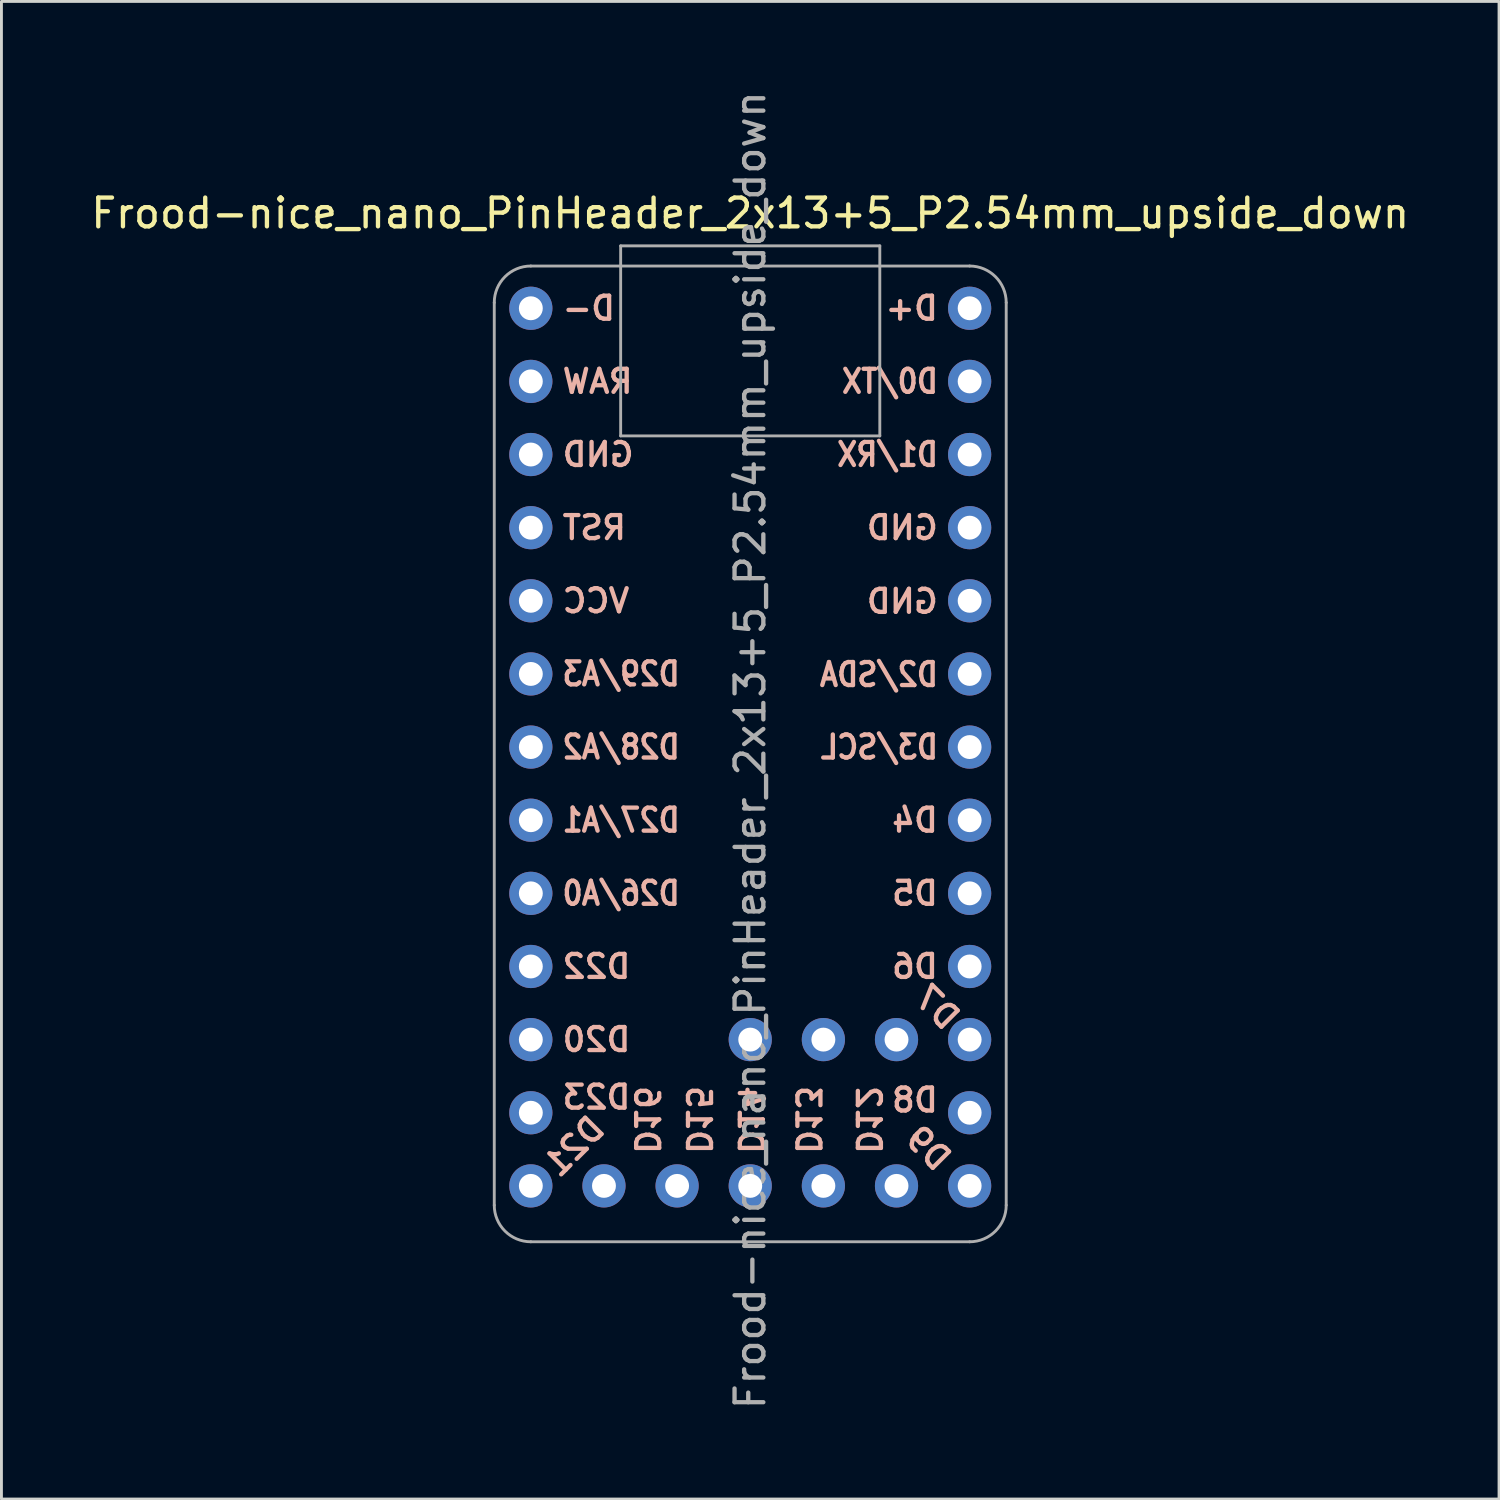
<source format=kicad_pcb>
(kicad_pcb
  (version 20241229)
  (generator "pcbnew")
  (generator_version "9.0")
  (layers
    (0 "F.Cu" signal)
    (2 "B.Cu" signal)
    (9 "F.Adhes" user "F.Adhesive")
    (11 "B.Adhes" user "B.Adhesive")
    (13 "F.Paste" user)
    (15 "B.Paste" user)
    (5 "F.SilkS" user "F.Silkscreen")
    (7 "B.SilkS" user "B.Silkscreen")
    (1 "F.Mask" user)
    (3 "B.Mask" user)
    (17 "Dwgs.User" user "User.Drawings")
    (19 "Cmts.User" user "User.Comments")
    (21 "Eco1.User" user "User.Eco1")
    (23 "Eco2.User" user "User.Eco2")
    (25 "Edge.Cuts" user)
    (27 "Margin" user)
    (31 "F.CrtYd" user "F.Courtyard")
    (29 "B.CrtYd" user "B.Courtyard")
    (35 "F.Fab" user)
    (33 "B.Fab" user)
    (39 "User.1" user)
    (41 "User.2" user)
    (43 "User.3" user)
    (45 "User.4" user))
  (footprint "Frood-nice_nano_PinHeader_2x13+5_P2.54mm_upside_down"
    (layer "F.Cu")
    (at 23.006 7.656)
    (property "Reference" "Frood-nice_nano_PinHeader_2x13+5_P2.54mm_upside_down" (at 0 -3.3 0) (layer "F.SilkS") (effects (font (size 1 1) (thickness 0.15))))
    (attr through_hole)
    (fp_line (start -8.89 31.151) (end -8.89 -0.197) (stroke (width 0.1) (type solid)) (layer "F.Fab"))
    (fp_line (start -4.5 -2.167) (end 4.5 -2.167) (stroke (width 0.1) (type solid)) (layer "F.Fab"))
    (fp_line (start -4.5 4.433) (end -4.5 -2.167) (stroke (width 0.1) (type solid)) (layer "F.Fab"))
    (fp_line (start 4.5 -2.167) (end 4.5 4.433) (stroke (width 0.1) (type solid)) (layer "F.Fab"))
    (fp_line (start 4.5 4.433) (end -4.5 4.433) (stroke (width 0.1) (type solid)) (layer "F.Fab"))
    (fp_line (start 7.62 -1.467) (end -7.62 -1.467) (stroke (width 0.1) (type solid)) (layer "F.Fab"))
    (fp_line (start 7.62 32.421) (end -7.62 32.421) (stroke (width 0.1) (type solid)) (layer "F.Fab"))
    (fp_line (start 8.89 -0.197) (end 8.89 31.151) (stroke (width 0.1) (type solid)) (layer "F.Fab"))
    (fp_arc (start -8.89 -0.1965) (mid -8.518056 -1.094702) (end -7.62 -1.467) (stroke (width 0.1) (type solid)) (layer "F.Fab"))
    (fp_arc (start -7.62 32.421) (mid -8.518026 32.049026) (end -8.89 31.151) (stroke (width 0.1) (type solid)) (layer "F.Fab"))
    (fp_arc (start 7.62 -1.467) (mid 8.518056 -1.094702) (end 8.89 -0.1965) (stroke (width 0.1) (type solid)) (layer "F.Fab"))
    (fp_arc (start 8.89 31.151) (mid 8.518026 32.049026) (end 7.62 32.421) (stroke (width 0.1) (type solid)) (layer "F.Fab"))
    (fp_text user "D13" (at 2 29.45 270) (unlocked yes) (layer "B.SilkS") (effects (font (size 0.8 0.8) (thickness 0.15)) (justify left mirror)))
    (fp_text user "D23" (at -6.6 27.4 0) (layer "B.SilkS") (effects (font (size 0.8 0.8) (thickness 0.15)) (justify right mirror)))
    (fp_text user "D26/A0" (at -6.6 20.32 0) (layer "B.SilkS") (effects (font (size 0.8 0.7) (thickness 0.15)) (justify right mirror)))
    (fp_text user "D21" (at -7 30 45) (unlocked yes) (layer "B.SilkS") (effects (font (size 0.8 0.8) (thickness 0.15)) (justify right mirror)))
    (fp_text user "D-" (at -6.6 0 0) (layer "B.SilkS") (effects (font (size 0.8 0.8) (thickness 0.15)) (justify right mirror)))
    (fp_text user "D22" (at -6.6 22.86 0) (layer "B.SilkS") (effects (font (size 0.8 0.8) (thickness 0.15)) (justify right mirror)))
    (fp_text user "GND" (at 6.6 10.18 0) (layer "B.SilkS") (effects (font (size 0.8 0.8) (thickness 0.15)) (justify left mirror)))
    (fp_text user "D28/A2" (at -6.6 15.24 0) (layer "B.SilkS") (effects (font (size 0.8 0.7) (thickness 0.15)) (justify right mirror)))
    (fp_text user "VCC" (at -6.6 10.16 0) (layer "B.SilkS") (effects (font (size 0.8 0.8) (thickness 0.15)) (justify right mirror)))
    (fp_text user "D0/TX" (at 6.6 2.54 0) (layer "B.SilkS") (effects (font (size 0.8 0.7) (thickness 0.15)) (justify left mirror)))
    (fp_text user "D15" (at -1.8 29.45 270) (unlocked yes) (layer "B.SilkS") (effects (font (size 0.8 0.8) (thickness 0.15)) (justify left mirror)))
    (fp_text user "D12" (at 4.1 29.45 270) (unlocked yes) (layer "B.SilkS") (effects (font (size 0.8 0.8) (thickness 0.15)) (justify left mirror)))
    (fp_text user "GND" (at 6.6 7.62 0) (layer "B.SilkS") (effects (font (size 0.8 0.8) (thickness 0.15)) (justify left mirror)))
    (fp_text user "D8" (at 6.6 27.5 0) (layer "B.SilkS") (effects (font (size 0.8 0.8) (thickness 0.15)) (justify left mirror)))
    (fp_text user "D7" (at 7.1 24.9 315) (layer "B.SilkS") (effects (font (size 0.8 0.8) (thickness 0.15)) (justify left mirror)))
    (fp_text user "D14" (at 0 29.45 270) (unlocked yes) (layer "B.SilkS") (effects (font (size 0.8 0.8) (thickness 0.15)) (justify left mirror)))
    (fp_text user "D4" (at 6.6 17.78 0) (layer "B.SilkS") (effects (font (size 0.8 0.8) (thickness 0.15)) (justify left mirror)))
    (fp_text user "D27/A1" (at -6.6 17.78 0) (layer "B.SilkS") (effects (font (size 0.8 0.7) (thickness 0.15)) (justify right mirror)))
    (fp_text user "D9" (at 6.8 29.8 315) (layer "B.SilkS") (effects (font (size 0.8 0.8) (thickness 0.15)) (justify left mirror)))
    (fp_text user "D5" (at 6.6 20.32 0) (layer "B.SilkS") (effects (font (size 0.8 0.8) (thickness 0.15)) (justify left mirror)))
    (fp_text user "D20" (at -6.6 25.4 0) (layer "B.SilkS") (effects (font (size 0.8 0.8) (thickness 0.15)) (justify right mirror)))
    (fp_text user "D6" (at 6.6 22.86 0) (layer "B.SilkS") (effects (font (size 0.8 0.8) (thickness 0.15)) (justify left mirror)))
    (fp_text user "D+" (at 6.6 0 0) (layer "B.SilkS") (effects (font (size 0.8 0.8) (thickness 0.15)) (justify left mirror)))
    (fp_text user "D2/SDA" (at 6.6 12.723 0) (layer "B.SilkS") (effects (font (size 0.8 0.7) (thickness 0.15)) (justify left mirror)))
    (fp_text user "RAW" (at -6.6 2.54 0) (layer "B.SilkS") (effects (font (size 0.8 0.8) (thickness 0.15)) (justify right mirror)))
    (fp_text user "D3/SCL" (at 6.6 15.24 0) (layer "B.SilkS") (effects (font (size 0.8 0.7) (thickness 0.15)) (justify left mirror)))
    (fp_text user "RST" (at -6.6 7.62 0) (layer "B.SilkS") (effects (font (size 0.8 0.8) (thickness 0.15)) (justify right mirror)))
    (fp_text user "D29/A3" (at -6.6 12.7 0) (layer "B.SilkS") (effects (font (size 0.8 0.7) (thickness 0.15)) (justify right mirror)))
    (fp_text user "D1/RX" (at 6.6 5.08 0) (layer "B.SilkS") (effects (font (size 0.8 0.7) (thickness 0.15)) (justify left mirror)))
    (fp_text user "GND" (at -6.6 5.08 0) (layer "B.SilkS") (effects (font (size 0.8 0.8) (thickness 0.15)) (justify right mirror)))
    (fp_text user "D16" (at -3.6 29.45 270) (unlocked yes) (layer "B.SilkS") (effects (font (size 0.8 0.8) (thickness 0.15)) (justify left mirror)))
    (fp_text user "${REFERENCE}" (at 0 15.35 90) (layer "F.Fab") (effects (font (size 1 1) (thickness 0.15))))
    (pad "1" thru_hole oval (at 7.62 0) (size 1.5 1.5) (drill 0.83) (layers "*.Cu" "B.Mask"))
    (pad "2" thru_hole oval (at 7.62 2.54) (size 1.5 1.5) (drill 0.83) (layers "*.Cu" "B.Mask"))
    (pad "3" thru_hole oval (at 7.62 5.08) (size 1.5 1.5) (drill 0.83) (layers "*.Cu" "B.Mask"))
    (pad "4" thru_hole oval (at 7.62 7.62 315) (size 1.5 1.5) (drill 0.83) (layers "*.Cu" "B.Mask"))
    (pad "5" thru_hole oval (at 7.62 10.16 315) (size 1.5 1.5) (drill 0.83) (layers "*.Cu" "B.Mask"))
    (pad "6" thru_hole oval (at 7.62 12.7) (size 1.5 1.5) (drill 0.83) (layers "*.Cu" "B.Mask"))
    (pad "7" thru_hole oval (at 7.62 15.24) (size 1.5 1.5) (drill 0.83) (layers "*.Cu" "B.Mask"))
    (pad "8" thru_hole oval (at 7.62 17.78) (size 1.5 1.5) (drill 0.83) (layers "*.Cu" "B.Mask"))
    (pad "9" thru_hole oval (at 7.62 20.32) (size 1.5 1.5) (drill 0.83) (layers "*.Cu" "B.Mask"))
    (pad "10" thru_hole oval (at 7.62 22.86) (size 1.5 1.5) (drill 0.83) (layers "*.Cu" "B.Mask"))
    (pad "11" thru_hole oval (at 7.62 25.4) (size 1.5 1.5) (drill 0.83) (layers "*.Cu" "B.Mask"))
    (pad "12" thru_hole oval (at 7.62 27.94) (size 1.5 1.5) (drill 0.83) (layers "*.Cu" "B.Mask"))
    (pad "13" thru_hole oval (at 7.62 30.48) (size 1.5 1.5) (drill 0.83) (layers "*.Cu" "B.Mask"))
    (pad "14" thru_hole oval (at 5.08 30.48) (size 1.5 1.5) (drill 0.83) (layers "*.Cu" "B.Mask"))
    (pad "15" thru_hole oval (at 2.54 30.48) (size 1.5 1.5) (drill 0.83) (layers "*.Cu" "B.Mask"))
    (pad "16" thru_hole oval (at 0 30.48) (size 1.5 1.5) (drill 0.83) (layers "*.Cu" "B.Mask"))
    (pad "17" thru_hole oval (at -2.54 30.48) (size 1.5 1.5) (drill 0.83) (layers "*.Cu" "B.Mask"))
    (pad "18" thru_hole oval (at -5.08 30.48) (size 1.5 1.5) (drill 0.83) (layers "*.Cu" "B.Mask"))
    (pad "19" thru_hole oval (at -7.62 30.48) (size 1.5 1.5) (drill 0.83) (layers "*.Cu" "B.Mask"))
    (pad "20" thru_hole oval (at -7.62 27.94) (size 1.5 1.5) (drill 0.83) (layers "*.Cu" "B.Mask"))
    (pad "21" thru_hole oval (at -7.62 25.4) (size 1.5 1.5) (drill 0.83) (layers "*.Cu" "B.Mask"))
    (pad "22" thru_hole oval (at -7.62 22.86) (size 1.5 1.5) (drill 0.83) (layers "*.Cu" "B.Mask"))
    (pad "23" thru_hole oval (at -7.62 20.32) (size 1.5 1.5) (drill 0.83) (layers "*.Cu" "B.Mask"))
    (pad "24" thru_hole oval (at -7.62 17.78) (size 1.5 1.5) (drill 0.83) (layers "*.Cu" "B.Mask"))
    (pad "25" thru_hole oval (at -7.62 15.24) (size 1.5 1.5) (drill 0.83) (layers "*.Cu" "B.Mask"))
    (pad "26" thru_hole oval (at -7.62 12.7) (size 1.5 1.5) (drill 0.83) (layers "*.Cu" "B.Mask"))
    (pad "27" thru_hole oval (at -7.62 10.16) (size 1.5 1.5) (drill 0.83) (layers "*.Cu" "B.Mask"))
    (pad "28" thru_hole oval (at -7.62 7.62) (size 1.5 1.5) (drill 0.83) (layers "*.Cu" "B.Mask"))
    (pad "29" thru_hole oval (at -7.62 5.08 315) (size 1.5 1.5) (drill 0.83) (layers "*.Cu" "B.Mask"))
    (pad "30" thru_hole oval (at -7.62 2.54) (size 1.5 1.5) (drill 0.83) (layers "*.Cu" "B.Mask"))
    (pad "31" thru_hole oval (at -7.62 0) (size 1.5 1.5) (drill 0.83) (layers "*.Cu" "B.Mask"))
    (pad "32" thru_hole oval (at 5.08 25.4) (size 1.5 1.5) (drill 0.83) (layers "*.Cu" "B.Mask"))
    (pad "33" thru_hole oval (at 2.54 25.4) (size 1.5 1.5) (drill 0.83) (layers "*.Cu" "B.Mask"))
    (pad "34" thru_hole oval (at 0 25.4) (size 1.5 1.5) (drill 0.83) (layers "*.Cu" "B.Mask")))
  (gr_rect
    (start -3 -3)
    (end 49.012 49.012)
    (stroke (width 0.1) (type default))
    (fill no)
    (layer "Edge.Cuts")))
</source>
